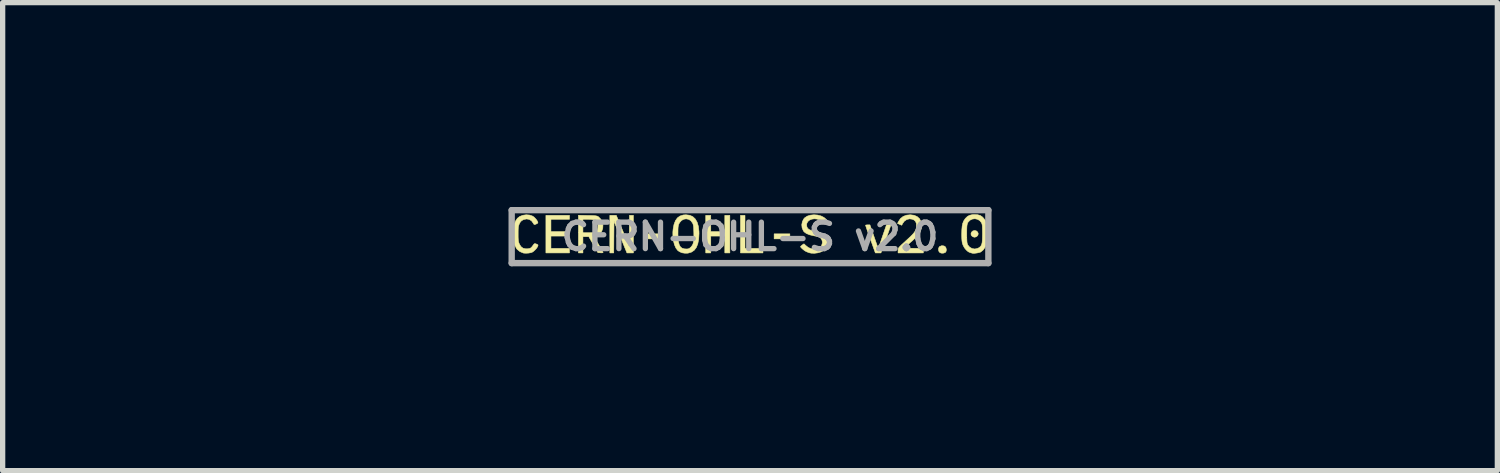
<source format=kicad_pcb>
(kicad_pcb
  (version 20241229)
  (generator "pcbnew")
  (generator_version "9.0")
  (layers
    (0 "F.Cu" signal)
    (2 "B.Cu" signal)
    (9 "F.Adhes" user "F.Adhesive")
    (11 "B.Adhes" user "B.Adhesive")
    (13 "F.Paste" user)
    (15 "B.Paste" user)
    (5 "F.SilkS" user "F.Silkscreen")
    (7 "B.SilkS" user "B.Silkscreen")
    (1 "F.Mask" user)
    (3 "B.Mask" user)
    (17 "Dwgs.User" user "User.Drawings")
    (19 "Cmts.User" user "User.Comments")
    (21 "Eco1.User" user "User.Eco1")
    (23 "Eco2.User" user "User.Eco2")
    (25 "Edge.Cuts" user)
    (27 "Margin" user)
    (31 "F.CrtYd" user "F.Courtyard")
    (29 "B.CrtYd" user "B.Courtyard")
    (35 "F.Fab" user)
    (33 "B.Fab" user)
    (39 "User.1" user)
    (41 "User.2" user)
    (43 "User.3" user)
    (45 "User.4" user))
  (footprint "CERN-OHL-S_v2.0"
    (layer "F.Cu")
    (at 11.111 1.418)
    (property "Reference" "CERN-OHL-S_v2.0" (at 0 0 0) (layer "Eco2.User") (effects (font (size 1.524 1.524) (thickness 0.3))))
    (attr through_hole)
    (fp_poly (pts (xy -1.662 0.042) (xy -1.959 0.042) (xy -1.959 -0.053) (xy -1.662 -0.053) (xy -1.662 0.042)) (stroke (width 0.01) (type solid)) (fill yes) (layer "F.SilkS"))
    (fp_poly (pts (xy 0.752 0.042) (xy 0.455 0.042) (xy 0.455 -0.053) (xy 0.752 -0.053) (xy 0.752 0.042)) (stroke (width 0.01) (type solid)) (fill yes) (layer "F.SilkS"))
    (fp_poly (pts (xy -0.095 0.222) (xy 0.244 0.222) (xy 0.244 0.307) (xy -0.18 0.307) (xy -0.18 -0.402) (xy -0.095 -0.402) (xy -0.095 0.222)) (stroke (width 0.01) (type solid)) (fill yes) (layer "F.SilkS"))
    (fp_poly (pts (xy -3.409 -0.328) (xy -3.759 -0.328) (xy -3.759 -0.095) (xy -3.42 -0.095) (xy -3.42 -0.011) (xy -3.759 -0.011) (xy -3.759 0.222) (xy -3.409 0.222) (xy -3.409 0.307) (xy -3.854 0.307) (xy -3.854 -0.402) (xy -3.409 -0.402) (xy -3.409 -0.328)) (stroke (width 0.01) (type solid)) (fill yes) (layer "F.SilkS"))
    (fp_poly (pts (xy -0.741 -0.095) (xy -0.476 -0.095) (xy -0.476 -0.402) (xy -0.381 -0.402) (xy -0.381 0.307) (xy -0.476 0.307) (xy -0.476 -0.011) (xy -0.741 -0.011) (xy -0.741 0.307) (xy -0.836 0.307) (xy -0.836 -0.402) (xy -0.741 -0.402) (xy -0.741 -0.095)) (stroke (width 0.01) (type solid)) (fill yes) (layer "F.SilkS"))
    (fp_poly (pts (xy -2.403 -0.11) (xy -2.282 0.183) (xy -2.279 -0.11) (xy -2.276 -0.402) (xy -2.202 -0.402) (xy -2.202 0.307) (xy -2.263 0.307) (xy -2.324 0.307) (xy -2.568 -0.291) (xy -2.573 0.307) (xy -2.647 0.307) (xy -2.647 -0.402) (xy -2.525 -0.402) (xy -2.403 -0.11)) (stroke (width 0.01) (type solid)) (fill yes) (layer "F.SilkS"))
    (fp_poly (pts (xy 3.66 0.175) (xy 3.682 0.186) (xy 3.698 0.208) (xy 3.706 0.239) (xy 3.704 0.271) (xy 3.693 0.294) (xy 3.691 0.295) (xy 3.66 0.31) (xy 3.622 0.313) (xy 3.589 0.304) (xy 3.568 0.283) (xy 3.558 0.251) (xy 3.56 0.218) (xy 3.575 0.191) (xy 3.58 0.186) (xy 3.619 0.171) (xy 3.66 0.175)) (stroke (width 0.01) (type solid)) (fill yes) (layer "F.SilkS"))
    (fp_poly (pts (xy 4.274 -0.108) (xy 4.299 -0.085) (xy 4.309 -0.054) (xy 4.309 -0.053) (xy 4.3 -0.022) (xy 4.275 0.001) (xy 4.242 0.011) (xy 4.24 0.011) (xy 4.215 0.005) (xy 4.195 -0.006) (xy 4.175 -0.03) (xy 4.172 -0.059) (xy 4.183 -0.086) (xy 4.206 -0.107) (xy 4.238 -0.116) (xy 4.24 -0.116) (xy 4.274 -0.108)) (stroke (width 0.01) (type solid)) (fill yes) (layer "F.SilkS"))
    (fp_poly (pts (xy 2.305 -0.103) (xy 2.327 -0.042) (xy 2.35 0.025) (xy 2.372 0.088) (xy 2.383 0.12) (xy 2.398 0.163) (xy 2.412 0.194) (xy 2.422 0.21) (xy 2.425 0.21) (xy 2.431 0.196) (xy 2.442 0.165) (xy 2.458 0.121) (xy 2.477 0.066) (xy 2.498 0.004) (xy 2.504 -0.013) (xy 2.576 -0.222) (xy 2.617 -0.222) (xy 2.643 -0.221) (xy 2.657 -0.216) (xy 2.658 -0.215) (xy 2.654 -0.203) (xy 2.644 -0.174) (xy 2.629 -0.131) (xy 2.61 -0.076) (xy 2.587 -0.012) (xy 2.565 0.05) (xy 2.472 0.307) (xy 2.366 0.307) (xy 2.274 0.05) (xy 2.249 -0.02) (xy 2.226 -0.083) (xy 2.207 -0.137) (xy 2.193 -0.178) (xy 2.184 -0.205) (xy 2.181 -0.215) (xy 2.19 -0.22) (xy 2.214 -0.222) (xy 2.222 -0.222) (xy 2.264 -0.222) (xy 2.305 -0.103)) (stroke (width 0.01) (type solid)) (fill yes) (layer "F.SilkS"))
    (fp_poly (pts (xy 3.097 -0.404) (xy 3.155 -0.379) (xy 3.199 -0.34) (xy 3.227 -0.287) (xy 3.239 -0.222) (xy 3.24 -0.21) (xy 3.236 -0.162) (xy 3.224 -0.118) (xy 3.202 -0.074) (xy 3.169 -0.028) (xy 3.122 0.023) (xy 3.06 0.081) (xy 3.019 0.116) (xy 2.903 0.217) (xy 3.087 0.22) (xy 3.272 0.223) (xy 3.272 0.307) (xy 2.795 0.307) (xy 2.795 0.26) (xy 2.796 0.243) (xy 2.798 0.228) (xy 2.805 0.214) (xy 2.818 0.197) (xy 2.84 0.174) (xy 2.872 0.143) (xy 2.918 0.102) (xy 2.937 0.084) (xy 3 0.026) (xy 3.049 -0.021) (xy 3.085 -0.06) (xy 3.11 -0.093) (xy 3.127 -0.124) (xy 3.137 -0.154) (xy 3.142 -0.187) (xy 3.142 -0.196) (xy 3.14 -0.25) (xy 3.124 -0.289) (xy 3.093 -0.316) (xy 3.064 -0.329) (xy 3.011 -0.336) (xy 2.96 -0.324) (xy 2.915 -0.294) (xy 2.882 -0.249) (xy 2.864 -0.215) (xy 2.785 -0.249) (xy 2.803 -0.285) (xy 2.841 -0.342) (xy 2.892 -0.382) (xy 2.956 -0.406) (xy 3.027 -0.413) (xy 3.097 -0.404)) (stroke (width 0.01) (type solid)) (fill yes) (layer "F.SilkS"))
    (fp_poly (pts (xy -3.066 -0.4) (xy -3 -0.399) (xy -2.952 -0.397) (xy -2.918 -0.394) (xy -2.895 -0.39) (xy -2.878 -0.385) (xy -2.865 -0.377) (xy -2.862 -0.375) (xy -2.819 -0.331) (xy -2.79 -0.277) (xy -2.777 -0.218) (xy -2.78 -0.158) (xy -2.799 -0.102) (xy -2.832 -0.056) (xy -2.861 -0.033) (xy -2.891 -0.017) (xy -2.9 -0.014) (xy -2.925 -0.008) (xy -2.938 -0.000297) (xy -2.938 -0.000114) (xy -2.935 0.011) (xy -2.922 0.037) (xy -2.901 0.075) (xy -2.875 0.121) (xy -2.859 0.149) (xy -2.83 0.199) (xy -2.805 0.242) (xy -2.786 0.275) (xy -2.776 0.295) (xy -2.774 0.3) (xy -2.783 0.304) (xy -2.807 0.306) (xy -2.823 0.305) (xy -2.872 0.302) (xy -2.958 0.151) (xy -3.044 0.001) (xy -3.1 0.00031) (xy -3.155 0) (xy -3.155 0.307) (xy -3.24 0.307) (xy -3.24 -0.328) (xy -3.155 -0.328) (xy -3.155 -0.074) (xy -3.045 -0.074) (xy -2.994 -0.075) (xy -2.959 -0.076) (xy -2.936 -0.08) (xy -2.92 -0.088) (xy -2.906 -0.099) (xy -2.886 -0.121) (xy -2.876 -0.15) (xy -2.872 -0.178) (xy -2.871 -0.231) (xy -2.882 -0.271) (xy -2.906 -0.299) (xy -2.944 -0.317) (xy -3 -0.326) (xy -3.06 -0.328) (xy -3.155 -0.328) (xy -3.24 -0.328) (xy -3.24 -0.404) (xy -3.066 -0.4)) (stroke (width 0.01) (type solid)) (fill yes) (layer "F.SilkS"))
    (fp_poly (pts (xy -1.139 -0.404) (xy -1.081 -0.378) (xy -1.034 -0.334) (xy -0.999 -0.273) (xy -0.975 -0.194) (xy -0.964 -0.099) (xy -0.963 -0.057) (xy -0.969 0.048) (xy -0.986 0.135) (xy -1.014 0.205) (xy -1.054 0.257) (xy -1.106 0.292) (xy -1.169 0.311) (xy -1.188 0.313) (xy -1.236 0.312) (xy -1.282 0.305) (xy -1.29 0.302) (xy -1.327 0.286) (xy -1.36 0.265) (xy -1.366 0.259) (xy -1.4 0.214) (xy -1.427 0.152) (xy -1.446 0.079) (xy -1.456 -0.003) (xy -1.457 -0.058) (xy -1.361 -0.058) (xy -1.358 0.031) (xy -1.35 0.101) (xy -1.336 0.155) (xy -1.314 0.193) (xy -1.284 0.217) (xy -1.244 0.23) (xy -1.203 0.233) (xy -1.168 0.231) (xy -1.143 0.22) (xy -1.117 0.198) (xy -1.117 0.198) (xy -1.095 0.171) (xy -1.078 0.141) (xy -1.068 0.103) (xy -1.062 0.053) (xy -1.06 -0.011) (xy -1.061 -0.073) (xy -1.063 -0.135) (xy -1.065 -0.179) (xy -1.07 -0.212) (xy -1.076 -0.237) (xy -1.085 -0.257) (xy -1.086 -0.258) (xy -1.118 -0.301) (xy -1.159 -0.327) (xy -1.205 -0.336) (xy -1.251 -0.329) (xy -1.294 -0.305) (xy -1.33 -0.264) (xy -1.339 -0.248) (xy -1.348 -0.228) (xy -1.354 -0.206) (xy -1.358 -0.177) (xy -1.36 -0.136) (xy -1.36 -0.081) (xy -1.361 -0.058) (xy -1.457 -0.058) (xy -1.457 -0.089) (xy -1.452 -0.143) (xy -1.435 -0.232) (xy -1.408 -0.302) (xy -1.371 -0.354) (xy -1.323 -0.389) (xy -1.263 -0.409) (xy -1.21 -0.413) (xy -1.139 -0.404)) (stroke (width 0.01) (type solid)) (fill yes) (layer "F.SilkS"))
    (fp_poly (pts (xy -4.163 -0.408) (xy -4.11 -0.39) (xy -4.082 -0.372) (xy -4.053 -0.344) (xy -4.028 -0.314) (xy -4.011 -0.285) (xy -4.005 -0.263) (xy -4.005 -0.26) (xy -4.017 -0.249) (xy -4.04 -0.237) (xy -4.042 -0.236) (xy -4.066 -0.228) (xy -4.079 -0.232) (xy -4.091 -0.252) (xy -4.092 -0.253) (xy -4.125 -0.298) (xy -4.169 -0.326) (xy -4.219 -0.334) (xy -4.274 -0.323) (xy -4.28 -0.32) (xy -4.313 -0.301) (xy -4.337 -0.276) (xy -4.353 -0.247) (xy -4.363 -0.224) (xy -4.37 -0.202) (xy -4.375 -0.176) (xy -4.377 -0.14) (xy -4.378 -0.091) (xy -4.378 -0.053) (xy -4.378 0.008) (xy -4.376 0.052) (xy -4.373 0.084) (xy -4.367 0.109) (xy -4.358 0.132) (xy -4.355 0.14) (xy -4.325 0.188) (xy -4.286 0.218) (xy -4.237 0.23) (xy -4.204 0.23) (xy -4.168 0.225) (xy -4.141 0.214) (xy -4.118 0.192) (xy -4.091 0.156) (xy -4.087 0.15) (xy -4.074 0.135) (xy -4.058 0.132) (xy -4.037 0.138) (xy -4.013 0.149) (xy -4.002 0.159) (xy -4.002 0.16) (xy -4.01 0.187) (xy -4.031 0.22) (xy -4.061 0.253) (xy -4.094 0.282) (xy -4.115 0.295) (xy -4.145 0.304) (xy -4.187 0.311) (xy -4.233 0.313) (xy -4.272 0.311) (xy -4.283 0.308) (xy -4.345 0.282) (xy -4.395 0.241) (xy -4.411 0.221) (xy -4.441 0.162) (xy -4.462 0.091) (xy -4.473 0.011) (xy -4.475 -0.071) (xy -4.468 -0.153) (xy -4.451 -0.229) (xy -4.426 -0.296) (xy -4.392 -0.347) (xy -4.391 -0.348) (xy -4.346 -0.382) (xy -4.289 -0.404) (xy -4.226 -0.413) (xy -4.163 -0.408)) (stroke (width 0.01) (type solid)) (fill yes) (layer "F.SilkS"))
    (fp_poly (pts (xy 1.274 -0.408) (xy 1.339 -0.391) (xy 1.395 -0.363) (xy 1.429 -0.335) (xy 1.454 -0.307) (xy 1.429 -0.281) (xy 1.411 -0.263) (xy 1.398 -0.254) (xy 1.397 -0.254) (xy 1.385 -0.261) (xy 1.365 -0.277) (xy 1.356 -0.285) (xy 1.313 -0.315) (xy 1.264 -0.332) (xy 1.214 -0.337) (xy 1.165 -0.33) (xy 1.123 -0.312) (xy 1.091 -0.285) (xy 1.072 -0.249) (xy 1.069 -0.225) (xy 1.073 -0.187) (xy 1.087 -0.158) (xy 1.114 -0.135) (xy 1.155 -0.117) (xy 1.214 -0.101) (xy 1.249 -0.094) (xy 1.323 -0.076) (xy 1.379 -0.049) (xy 1.419 -0.014) (xy 1.445 0.033) (xy 1.451 0.051) (xy 1.458 0.104) (xy 1.45 0.162) (xy 1.43 0.215) (xy 1.419 0.233) (xy 1.385 0.264) (xy 1.337 0.289) (xy 1.279 0.306) (xy 1.217 0.314) (xy 1.157 0.312) (xy 1.13 0.307) (xy 1.093 0.295) (xy 1.057 0.28) (xy 1.056 0.279) (xy 1.03 0.264) (xy 1.002 0.242) (xy 0.976 0.219) (xy 0.958 0.199) (xy 0.953 0.189) (xy 0.961 0.179) (xy 0.98 0.162) (xy 0.985 0.158) (xy 1.018 0.135) (xy 1.052 0.167) (xy 1.101 0.206) (xy 1.153 0.227) (xy 1.214 0.233) (xy 1.214 0.233) (xy 1.276 0.226) (xy 1.322 0.205) (xy 1.351 0.17) (xy 1.365 0.122) (xy 1.366 0.102) (xy 1.356 0.059) (xy 1.331 0.023) (xy 1.312 0.01) (xy 1.292 0.003) (xy 1.258 -0.006) (xy 1.216 -0.014) (xy 1.205 -0.016) (xy 1.124 -0.035) (xy 1.063 -0.06) (xy 1.021 -0.091) (xy 1.007 -0.11) (xy 0.983 -0.165) (xy 0.977 -0.225) (xy 0.988 -0.283) (xy 1.014 -0.334) (xy 1.033 -0.356) (xy 1.08 -0.387) (xy 1.14 -0.406) (xy 1.206 -0.413) (xy 1.274 -0.408)) (stroke (width 0.01) (type solid)) (fill yes) (layer "F.SilkS"))
    (fp_poly (pts (xy 4.3 -0.413) (xy 4.346 -0.4) (xy 4.385 -0.374) (xy 4.412 -0.346) (xy 4.44 -0.308) (xy 4.46 -0.266) (xy 4.473 -0.216) (xy 4.481 -0.153) (xy 4.484 -0.073) (xy 4.484 -0.053) (xy 4.483 0.013) (xy 4.481 0.063) (xy 4.476 0.102) (xy 4.468 0.134) (xy 4.464 0.147) (xy 4.437 0.203) (xy 4.401 0.252) (xy 4.359 0.287) (xy 4.351 0.292) (xy 4.325 0.3) (xy 4.289 0.308) (xy 4.251 0.313) (xy 4.218 0.315) (xy 4.198 0.313) (xy 4.18 0.308) (xy 4.158 0.302) (xy 4.12 0.285) (xy 4.082 0.252) (xy 4.047 0.209) (xy 4.022 0.161) (xy 4.012 0.133) (xy 4.005 0.106) (xy 4.001 0.074) (xy 3.998 0.032) (xy 3.997 -0.024) (xy 3.997 -0.048) (xy 3.997 -0.053) (xy 4.092 -0.053) (xy 4.092 0.014) (xy 4.094 0.064) (xy 4.096 0.1) (xy 4.1 0.126) (xy 4.106 0.145) (xy 4.111 0.157) (xy 4.145 0.197) (xy 4.191 0.224) (xy 4.24 0.233) (xy 4.278 0.227) (xy 4.314 0.214) (xy 4.317 0.212) (xy 4.341 0.195) (xy 4.359 0.176) (xy 4.372 0.151) (xy 4.381 0.118) (xy 4.386 0.072) (xy 4.388 0.012) (xy 4.389 -0.053) (xy 4.388 -0.12) (xy 4.387 -0.17) (xy 4.385 -0.206) (xy 4.381 -0.232) (xy 4.375 -0.251) (xy 4.37 -0.263) (xy 4.337 -0.303) (xy 4.294 -0.328) (xy 4.246 -0.338) (xy 4.198 -0.332) (xy 4.154 -0.311) (xy 4.118 -0.274) (xy 4.111 -0.263) (xy 4.104 -0.246) (xy 4.099 -0.226) (xy 4.095 -0.198) (xy 4.093 -0.159) (xy 4.092 -0.105) (xy 4.092 -0.053) (xy 3.997 -0.053) (xy 3.999 -0.131) (xy 4.005 -0.197) (xy 4.016 -0.25) (xy 4.033 -0.294) (xy 4.057 -0.331) (xy 4.068 -0.346) (xy 4.106 -0.382) (xy 4.147 -0.404) (xy 4.196 -0.415) (xy 4.24 -0.417) (xy 4.3 -0.413)) (stroke (width 0.01) (type solid)) (fill yes) (layer "F.SilkS"))
    (fp_line (start -4.5 -0.5) (end -4.5 0.5) (stroke (width 0.12) (type solid)) (layer "F.Fab"))
    (fp_line (start -4.5 0.5) (end 4.5 0.5) (stroke (width 0.12) (type solid)) (layer "F.Fab"))
    (fp_line (start 4.5 -0.5) (end -4.5 -0.5) (stroke (width 0.12) (type solid)) (layer "F.Fab"))
    (fp_line (start 4.5 0.5) (end 4.5 -0.5) (stroke (width 0.12) (type solid)) (layer "F.Fab"))
    (fp_text user "CERN-OHL-S v2.0" (at 0 0 0) (layer "F.Fab") (effects (font (size 0.5 0.5) (thickness 0.1)))))
  (gr_rect
    (start -3 -3)
    (end 25.221 5.836)
    (stroke (width 0.1) (type default))
    (fill no)
    (layer "Edge.Cuts")))
</source>
